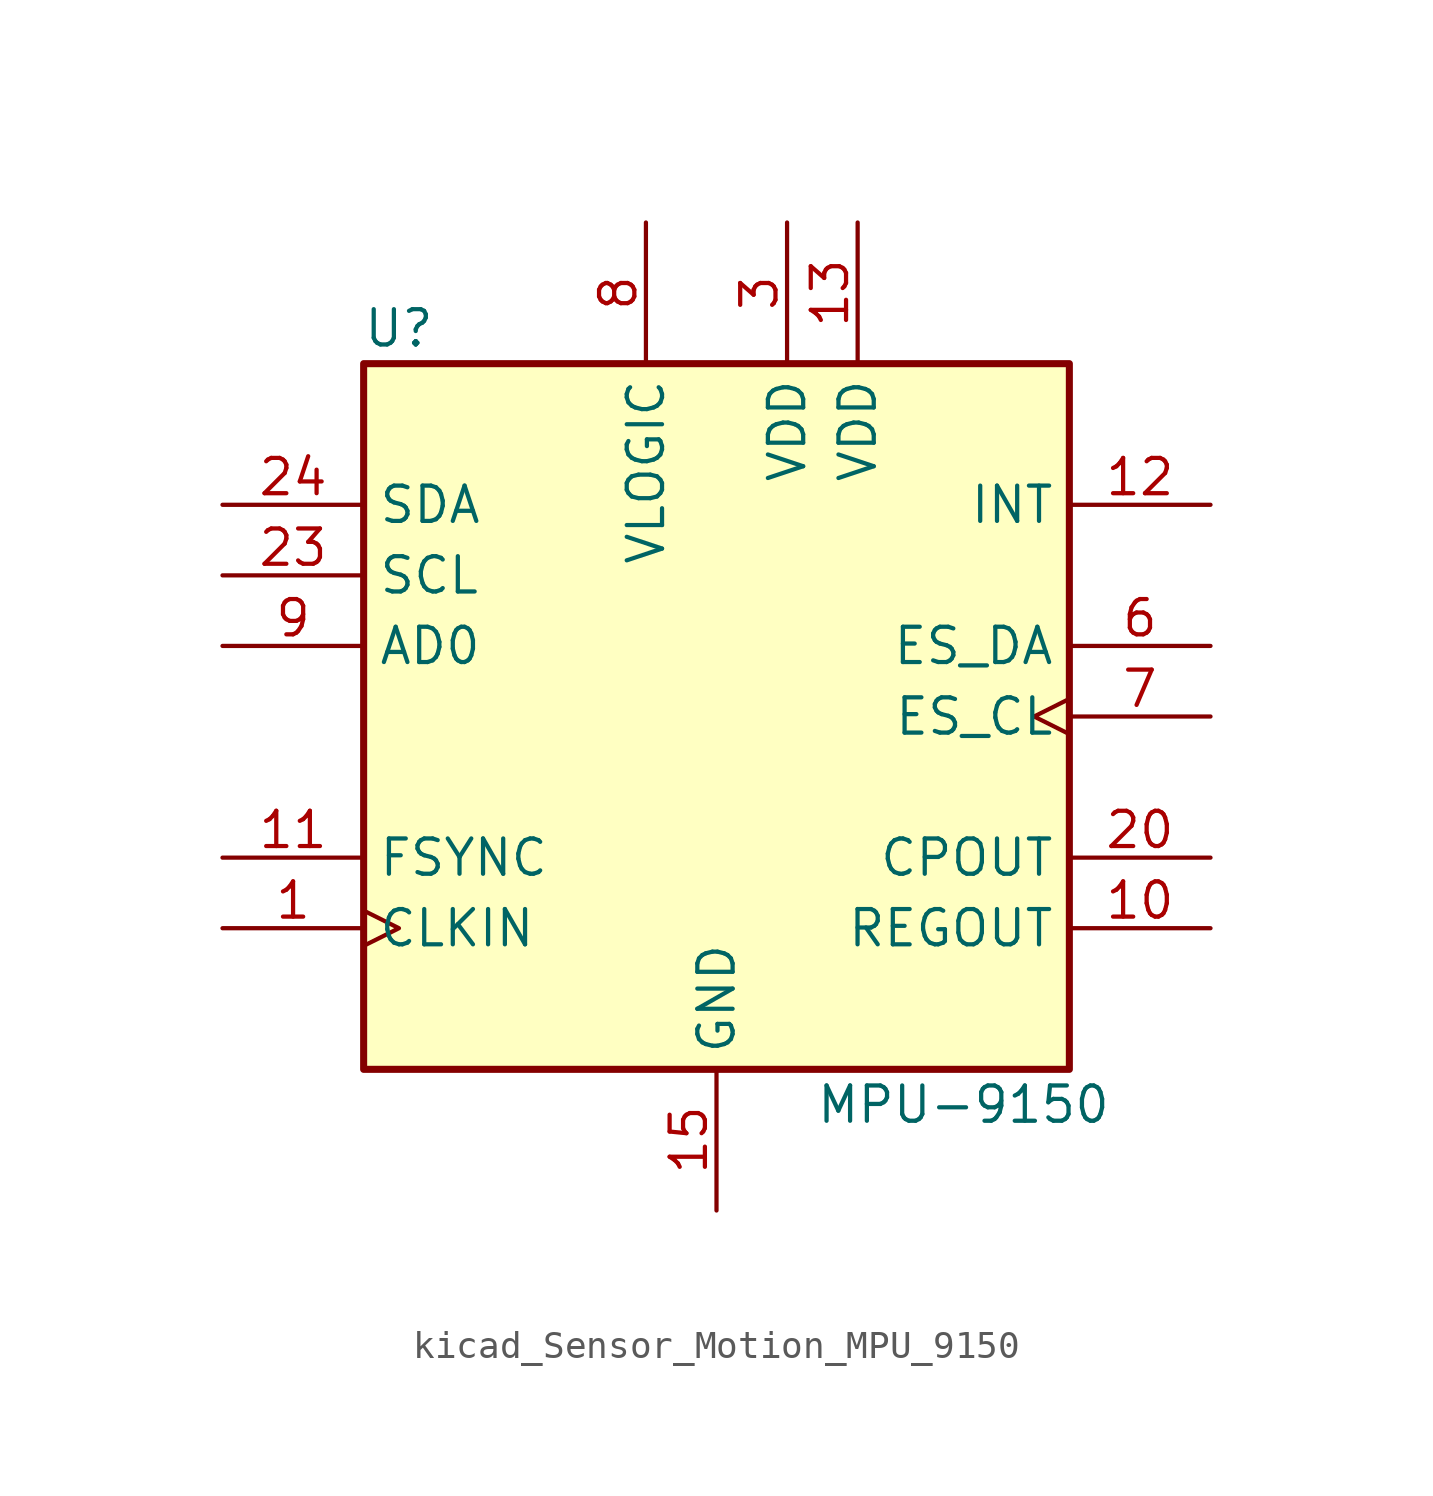
<source format=kicad_sym>
(kicad_symbol_lib
  (version 20220914)
  (generator kicad_symbol_editor)
  (symbol "kicad_Sensor_Motion_MPU_9150"
    (property "Reference" "U"
      (at -11.43 13.97 0)
      (effects (font (size 1.27 1.27))))
    (property "Value" "MPU-9150"
      (at 8.89 -13.97 0)
      (effects (font (size 1.27 1.27))))
    (symbol "kicad_Sensor_Motion_MPU_9150_0_1"
      (rectangle (start -12.7 12.7) (end 12.7 -12.7) (stroke (width 0.254) (type default)) (fill (type background))))
    (symbol "kicad_Sensor_Motion_MPU_9150_1_1"
      (pin input clock (at -17.78 -7.62 0) (length 5.08) (name "CLKIN" (effects (font (size 1.27 1.27)))) (number "1" (effects (font (size 1.27 1.27)))))
      (pin passive line (at 17.78 -7.62 180) (length 5.08) (name "REGOUT" (effects (font (size 1.27 1.27)))) (number "10" (effects (font (size 1.27 1.27)))))
      (pin input line (at -17.78 -5.08 0) (length 5.08) (name "FSYNC" (effects (font (size 1.27 1.27)))) (number "11" (effects (font (size 1.27 1.27)))))
      (pin output line (at 17.78 7.62 180) (length 5.08) (name "INT" (effects (font (size 1.27 1.27)))) (number "12" (effects (font (size 1.27 1.27)))))
      (pin power_in line (at 5.08 17.78 270) (length 5.08) (name "VDD" (effects (font (size 1.27 1.27)))) (number "13" (effects (font (size 1.27 1.27)))))
      (pin power_in line (at 0 -17.78 90) (length 5.08) (name "GND" (effects (font (size 1.27 1.27)))) (number "15" (effects (font (size 1.27 1.27)))))
      (pin passive line (at 0 -17.78 90) (length 5.08) hide (name "GND" (effects (font (size 1.27 1.27)))) (number "17" (effects (font (size 1.27 1.27)))))
      (pin passive line (at 0 -17.78 90) (length 5.08) hide (name "GND" (effects (font (size 1.27 1.27)))) (number "18" (effects (font (size 1.27 1.27)))))
      (pin passive line (at 17.78 -5.08 180) (length 5.08) (name "CPOUT" (effects (font (size 1.27 1.27)))) (number "20" (effects (font (size 1.27 1.27)))))
      (pin input line (at -17.78 5.08 0) (length 5.08) (name "SCL" (effects (font (size 1.27 1.27)))) (number "23" (effects (font (size 1.27 1.27)))))
      (pin bidirectional line (at -17.78 7.62 0) (length 5.08) (name "SDA" (effects (font (size 1.27 1.27)))) (number "24" (effects (font (size 1.27 1.27)))))
      (pin power_in line (at 2.54 17.78 270) (length 5.08) (name "VDD" (effects (font (size 1.27 1.27)))) (number "3" (effects (font (size 1.27 1.27)))))
      (pin bidirectional line (at 17.78 2.54 180) (length 5.08) (name "ES_DA" (effects (font (size 1.27 1.27)))) (number "6" (effects (font (size 1.27 1.27)))))
      (pin output clock (at 17.78 0 180) (length 5.08) (name "ES_CL" (effects (font (size 1.27 1.27)))) (number "7" (effects (font (size 1.27 1.27)))))
      (pin power_in line (at -2.54 17.78 270) (length 5.08) (name "VLOGIC" (effects (font (size 1.27 1.27)))) (number "8" (effects (font (size 1.27 1.27)))))
      (pin input line (at -17.78 2.54 0) (length 5.08) (name "AD0" (effects (font (size 1.27 1.27)))) (number "9" (effects (font (size 1.27 1.27))))))))
</source>
